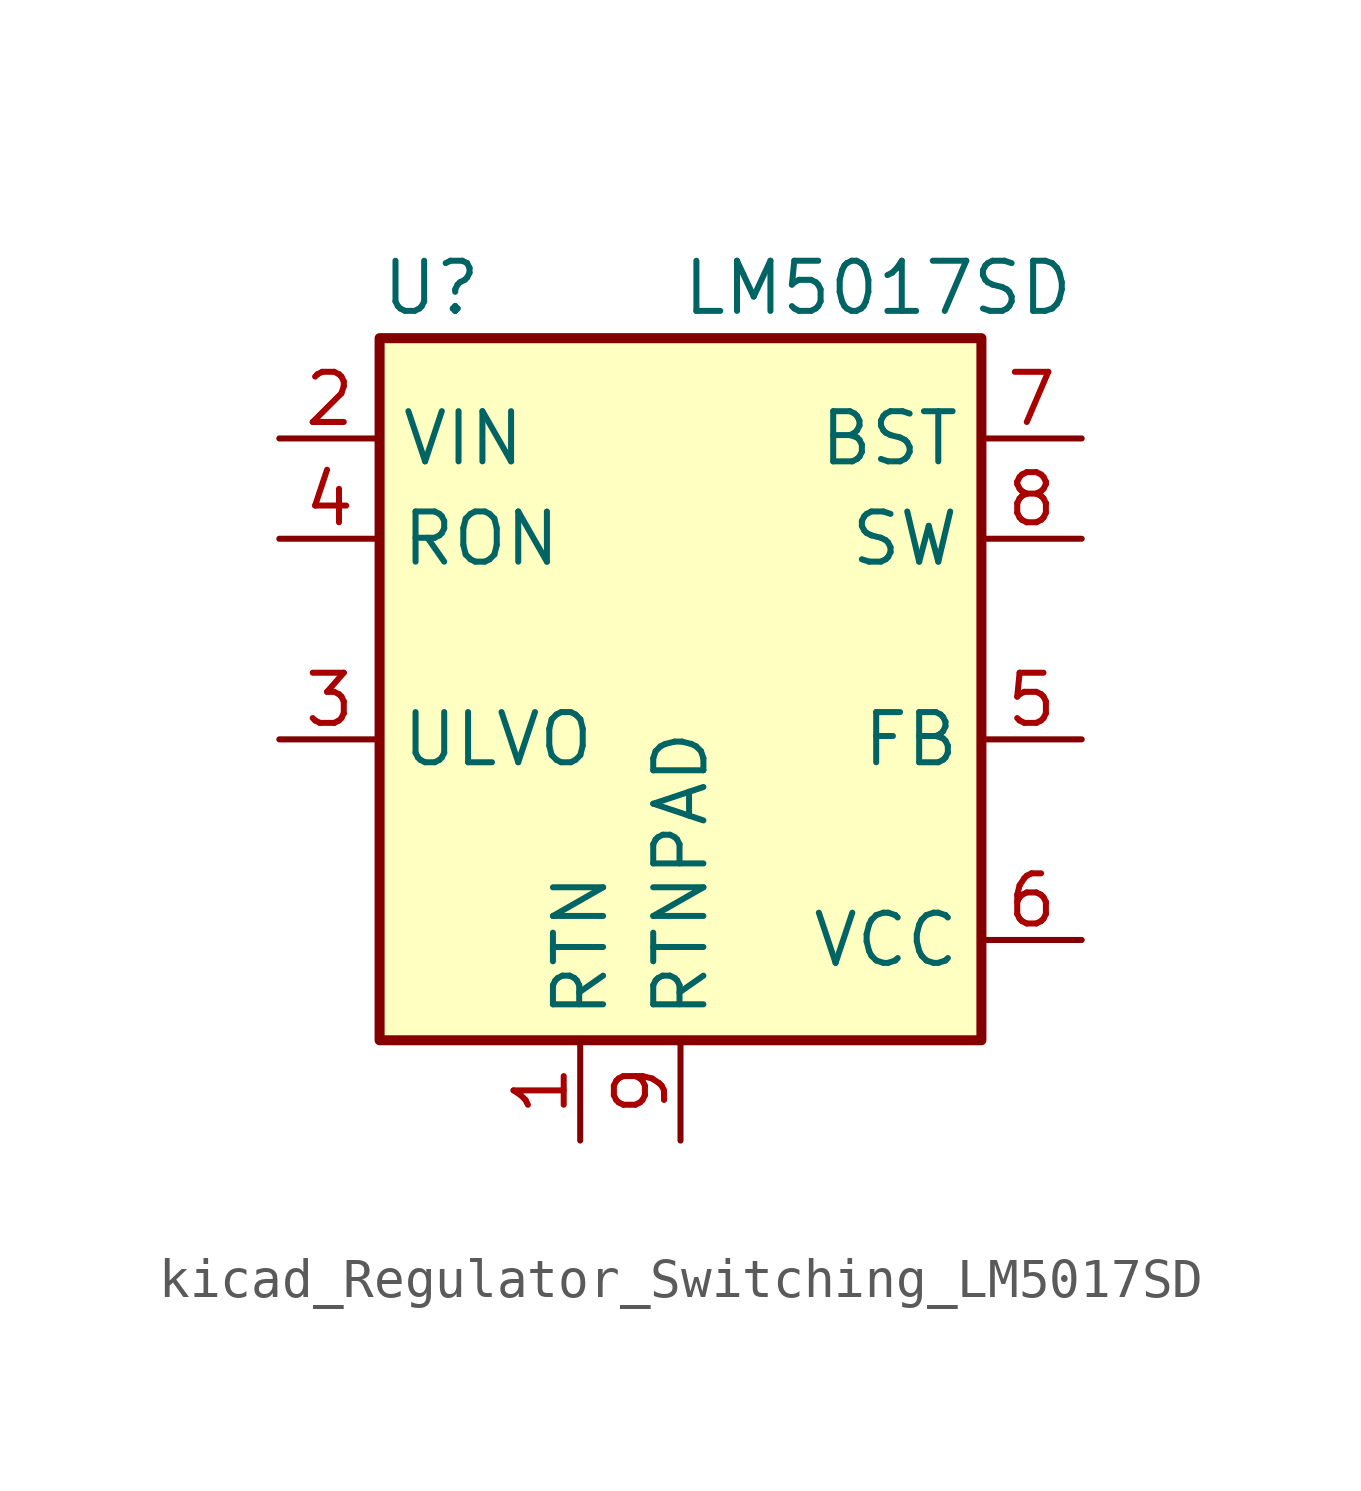
<source format=kicad_sym>
(kicad_symbol_lib
  (version 20220914)
  (generator kicad_symbol_editor)
  (symbol "kicad_Regulator_Switching_LM5017SD"
    (property "Reference" "U"
      (at -7.62 8.89 0)
      (effects (font (size 1.27 1.27)) (justify left)))
    (property "Value" "LM5017SD"
      (at 0 8.89 0)
      (effects (font (size 1.27 1.27)) (justify left)))
    (symbol "kicad_Regulator_Switching_LM5017SD_0_1"
      (rectangle (start -7.62 7.62) (end 7.62 -10.16) (stroke (width 0.254) (type default)) (fill (type background))))
    (symbol "kicad_Regulator_Switching_LM5017SD_1_1"
      (pin power_in line (at -2.54 -12.7 90) (length 2.54) (name "RTN" (effects (font (size 1.27 1.27)))) (number "1" (effects (font (size 1.27 1.27)))))
      (pin power_in line (at -10.16 5.08 0) (length 2.54) (name "VIN" (effects (font (size 1.27 1.27)))) (number "2" (effects (font (size 1.27 1.27)))))
      (pin input line (at -10.16 -2.54 0) (length 2.54) (name "ULVO" (effects (font (size 1.27 1.27)))) (number "3" (effects (font (size 1.27 1.27)))))
      (pin input line (at -10.16 2.54 0) (length 2.54) (name "RON" (effects (font (size 1.27 1.27)))) (number "4" (effects (font (size 1.27 1.27)))))
      (pin input line (at 10.16 -2.54 180) (length 2.54) (name "FB" (effects (font (size 1.27 1.27)))) (number "5" (effects (font (size 1.27 1.27)))))
      (pin output line (at 10.16 -7.62 180) (length 2.54) (name "VCC" (effects (font (size 1.27 1.27)))) (number "6" (effects (font (size 1.27 1.27)))))
      (pin input line (at 10.16 5.08 180) (length 2.54) (name "BST" (effects (font (size 1.27 1.27)))) (number "7" (effects (font (size 1.27 1.27)))))
      (pin output line (at 10.16 2.54 180) (length 2.54) (name "SW" (effects (font (size 1.27 1.27)))) (number "8" (effects (font (size 1.27 1.27)))))
      (pin power_in line (at 0 -12.7 90) (length 2.54) (name "RTNPAD" (effects (font (size 1.27 1.27)))) (number "9" (effects (font (size 1.27 1.27))))))))
</source>
